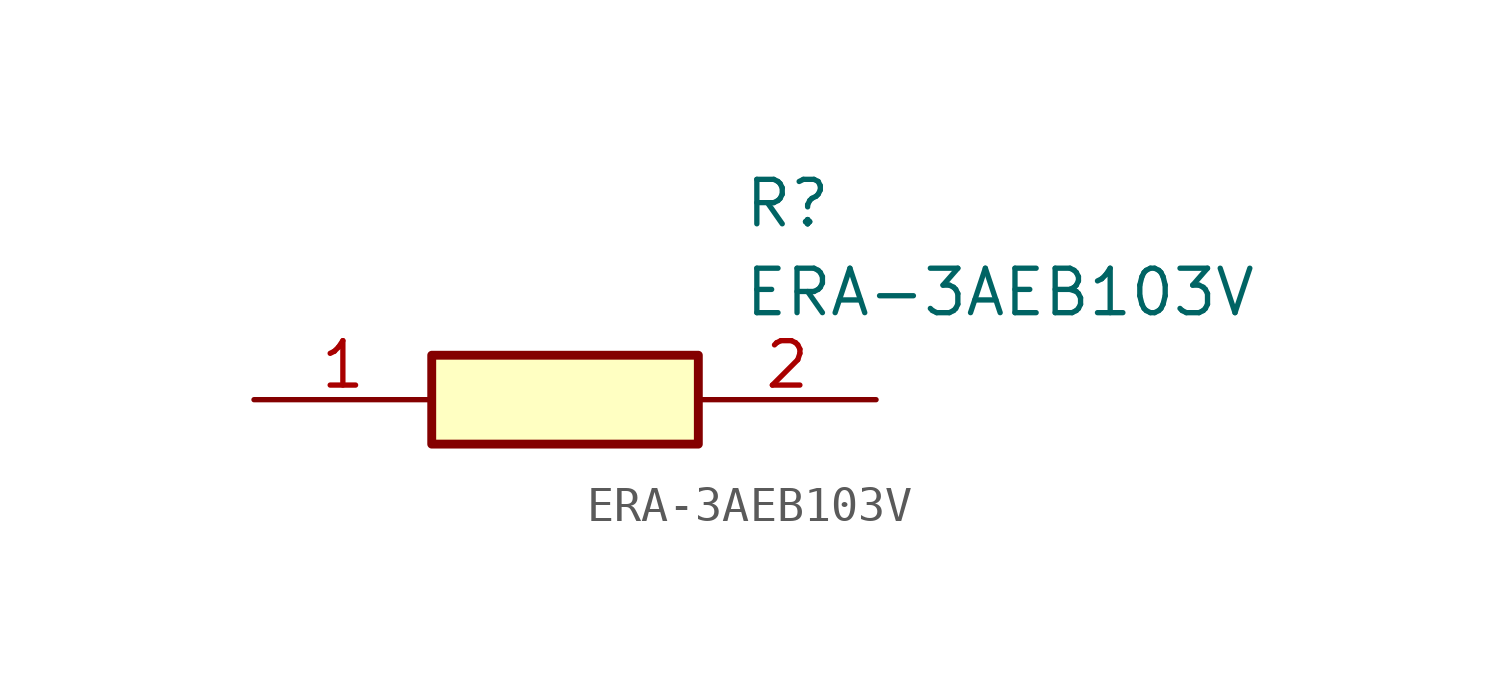
<source format=kicad_sym>
(kicad_symbol_lib
  (version 20211014)
  (generator SamacSys_ECAD_Model)
  (symbol "ERA-3AEB103V"
    (pin_names hide)
    (property "Reference" "R"
      (at 13.97 6.35 0)
      (effects (font (size 1.27 1.27)) (justify left top)))
    (property "Value" "ERA-3AEB103V"
      (at 13.97 3.81 0)
      (effects (font (size 1.27 1.27)) (justify left top)))
    (rectangle
      (start 5.08 1.27)
      (end 12.7 -1.27)
      (stroke (width 0.254) (type default))
      (fill (type background)))
    (pin passive line
      (at 0 0 0)
      (length 5.08)
      (name "1" (effects (font (size 1.27 1.27))))
      (number "1" (effects (font (size 1.27 1.27)))))
    (pin passive line
      (at 17.78 0 180)
      (length 5.08)
      (name "2" (effects (font (size 1.27 1.27))))
      (number "2" (effects (font (size 1.27 1.27)))))))
</source>
